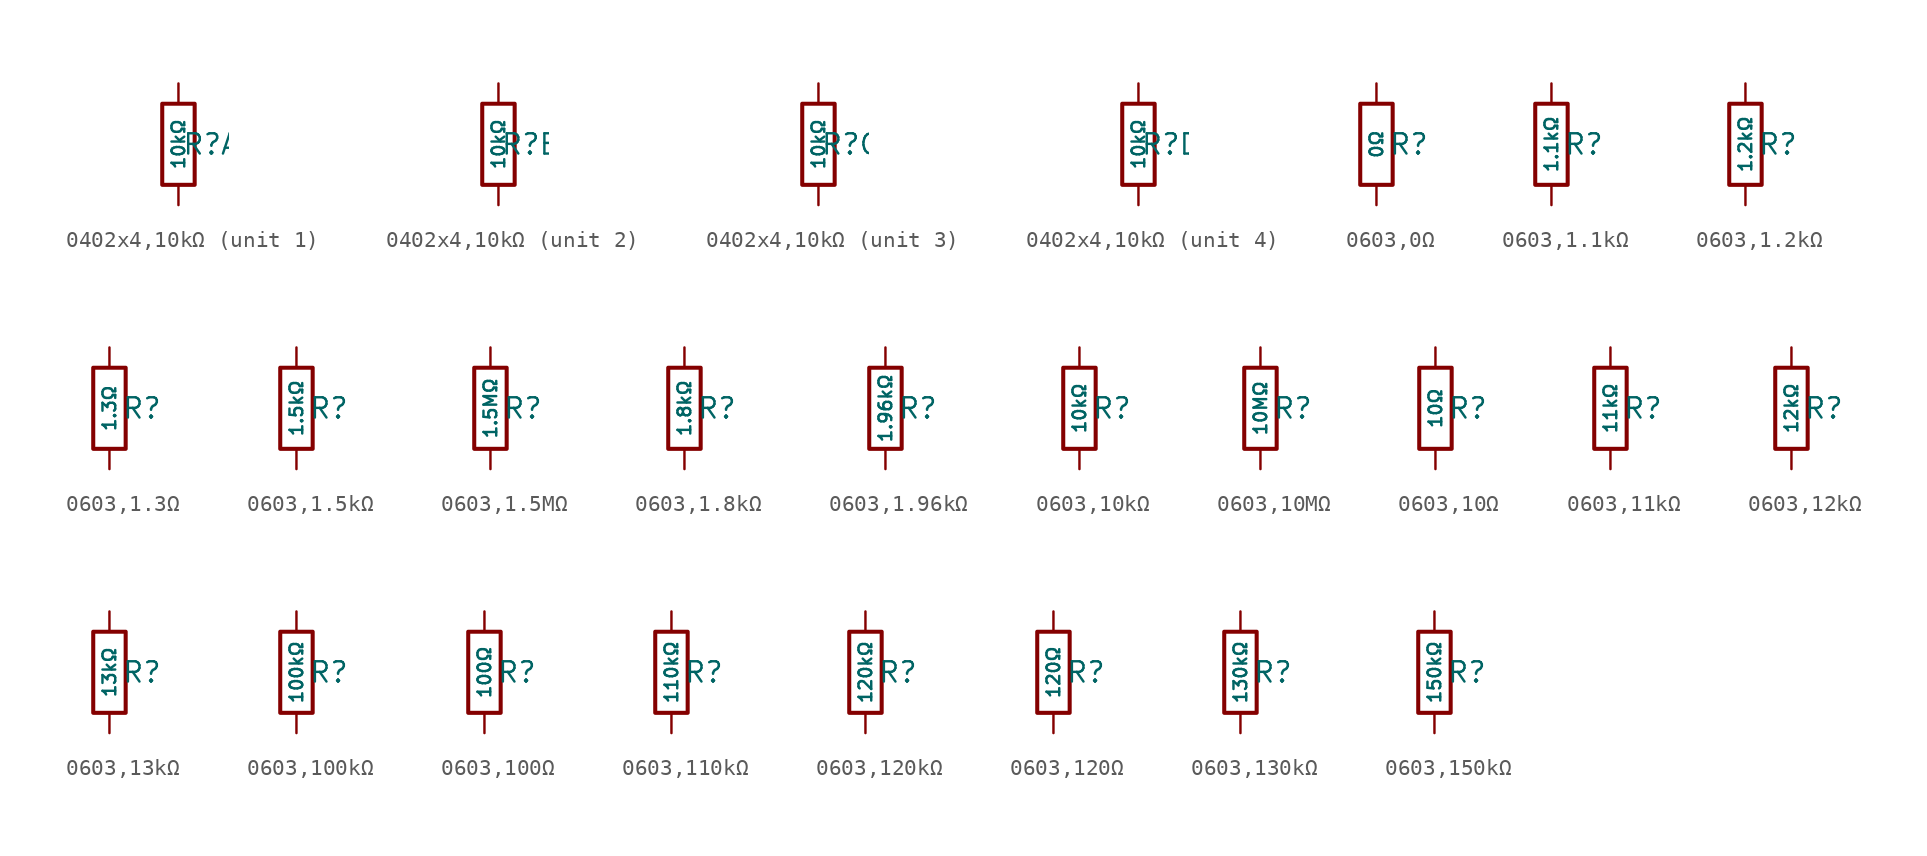
<source format=kicad_sym>
(kicad_symbol_lib
  (version 20231120)
  (generator "CDFER")
  (generator_version "8.0")
  (symbol "0402x4,10kΩ"
    (pin_numbers hide)
    (pin_names
      (offset 0))
    (property "Reference" "R"
      (at 2.032 0 0)
      (effects (font (size 1.27 1.27)) (hide no)))
    (property "Value" "10kΩ"
      (at 0 0 90)
      (do_not_autoplace)
      (effects (font (size 0.8 0.8)) (hide no)))
    (symbol "0402x4,10kΩ_0_1"
      (rectangle (start -1.016 2.54) (end 1.016 -2.54) (stroke (width 0.254) (type default)) (fill (type none))))
    (symbol "0402x4,10kΩ_1_1"
      (pin passive line (at 0 3.81 270) (length 1.27) (name "~" (effects (font (size 1.27 1.27)))) (number "1" (effects (font (size 1.27 1.27)))))
      (pin passive line (at 0 -3.81 90) (length 1.27) (name "~" (effects (font (size 1.27 1.27)))) (number "8" (effects (font (size 1.27 1.27))))))
    (symbol "0402x4,10kΩ_2_1"
      (pin passive line (at 0 3.81 270) (length 1.27) (name "~" (effects (font (size 1.27 1.27)))) (number "2" (effects (font (size 1.27 1.27)))))
      (pin passive line (at 0 -3.81 90) (length 1.27) (name "~" (effects (font (size 1.27 1.27)))) (number "7" (effects (font (size 1.27 1.27))))))
    (symbol "0402x4,10kΩ_3_1"
      (pin passive line (at 0 3.81 270) (length 1.27) (name "~" (effects (font (size 1.27 1.27)))) (number "3" (effects (font (size 1.27 1.27)))))
      (pin passive line (at 0 -3.81 90) (length 1.27) (name "~" (effects (font (size 1.27 1.27)))) (number "6" (effects (font (size 1.27 1.27))))))
    (symbol "0402x4,10kΩ_4_1"
      (pin passive line (at 0 3.81 270) (length 1.27) (name "~" (effects (font (size 1.27 1.27)))) (number "4" (effects (font (size 1.27 1.27)))))
      (pin passive line (at 0 -3.81 90) (length 1.27) (name "~" (effects (font (size 1.27 1.27)))) (number "5" (effects (font (size 1.27 1.27)))))))
  (symbol "0603,0Ω"
    (pin_numbers hide)
    (pin_names
      (offset 0))
    (property "Reference" "R"
      (at 2.032 0 0)
      (effects (font (size 1.27 1.27)) (hide no)))
    (property "Value" "0Ω"
      (at 0 0 90)
      (do_not_autoplace)
      (effects (font (size 0.8 0.8)) (hide no)))
    (symbol "0603,0Ω_0_1"
      (rectangle (start -1.016 2.54) (end 1.016 -2.54) (stroke (width 0.254) (type default)) (fill (type none))))
    (symbol "0603,0Ω_1_1"
      (pin passive line (at 0 3.81 270) (length 1.27) (name "~" (effects (font (size 1.27 1.27)))) (number "1" (effects (font (size 1.27 1.27)))))
      (pin passive line (at 0 -3.81 90) (length 1.27) (name "~" (effects (font (size 1.27 1.27)))) (number "2" (effects (font (size 1.27 1.27)))))))
  (symbol "0603,1.1kΩ"
    (pin_numbers hide)
    (pin_names
      (offset 0))
    (property "Reference" "R"
      (at 2.032 0 0)
      (effects (font (size 1.27 1.27)) (hide no)))
    (property "Value" "1.1kΩ"
      (at 0 0 90)
      (do_not_autoplace)
      (effects (font (size 0.8 0.8)) (hide no)))
    (symbol "0603,1.1kΩ_0_1"
      (rectangle (start -1.016 2.54) (end 1.016 -2.54) (stroke (width 0.254) (type default)) (fill (type none))))
    (symbol "0603,1.1kΩ_1_1"
      (pin passive line (at 0 3.81 270) (length 1.27) (name "~" (effects (font (size 1.27 1.27)))) (number "1" (effects (font (size 1.27 1.27)))))
      (pin passive line (at 0 -3.81 90) (length 1.27) (name "~" (effects (font (size 1.27 1.27)))) (number "2" (effects (font (size 1.27 1.27)))))))
  (symbol "0603,1.2kΩ"
    (pin_numbers hide)
    (pin_names
      (offset 0))
    (property "Reference" "R"
      (at 2.032 0 0)
      (effects (font (size 1.27 1.27)) (hide no)))
    (property "Value" "1.2kΩ"
      (at 0 0 90)
      (do_not_autoplace)
      (effects (font (size 0.8 0.8)) (hide no)))
    (symbol "0603,1.2kΩ_0_1"
      (rectangle (start -1.016 2.54) (end 1.016 -2.54) (stroke (width 0.254) (type default)) (fill (type none))))
    (symbol "0603,1.2kΩ_1_1"
      (pin passive line (at 0 3.81 270) (length 1.27) (name "~" (effects (font (size 1.27 1.27)))) (number "1" (effects (font (size 1.27 1.27)))))
      (pin passive line (at 0 -3.81 90) (length 1.27) (name "~" (effects (font (size 1.27 1.27)))) (number "2" (effects (font (size 1.27 1.27)))))))
  (symbol "0603,1.3Ω"
    (pin_numbers hide)
    (pin_names
      (offset 0))
    (property "Reference" "R"
      (at 2.032 0 0)
      (effects (font (size 1.27 1.27)) (hide no)))
    (property "Value" "1.3Ω"
      (at 0 0 90)
      (do_not_autoplace)
      (effects (font (size 0.8 0.8)) (hide no)))
    (symbol "0603,1.3Ω_0_1"
      (rectangle (start -1.016 2.54) (end 1.016 -2.54) (stroke (width 0.254) (type default)) (fill (type none))))
    (symbol "0603,1.3Ω_1_1"
      (pin passive line (at 0 3.81 270) (length 1.27) (name "~" (effects (font (size 1.27 1.27)))) (number "1" (effects (font (size 1.27 1.27)))))
      (pin passive line (at 0 -3.81 90) (length 1.27) (name "~" (effects (font (size 1.27 1.27)))) (number "2" (effects (font (size 1.27 1.27)))))))
  (symbol "0603,1.5kΩ"
    (pin_numbers hide)
    (pin_names
      (offset 0))
    (property "Reference" "R"
      (at 2.032 0 0)
      (effects (font (size 1.27 1.27)) (hide no)))
    (property "Value" "1.5kΩ"
      (at 0 0 90)
      (do_not_autoplace)
      (effects (font (size 0.8 0.8)) (hide no)))
    (symbol "0603,1.5kΩ_0_1"
      (rectangle (start -1.016 2.54) (end 1.016 -2.54) (stroke (width 0.254) (type default)) (fill (type none))))
    (symbol "0603,1.5kΩ_1_1"
      (pin passive line (at 0 3.81 270) (length 1.27) (name "~" (effects (font (size 1.27 1.27)))) (number "1" (effects (font (size 1.27 1.27)))))
      (pin passive line (at 0 -3.81 90) (length 1.27) (name "~" (effects (font (size 1.27 1.27)))) (number "2" (effects (font (size 1.27 1.27)))))))
  (symbol "0603,1.5MΩ"
    (pin_numbers hide)
    (pin_names
      (offset 0))
    (property "Reference" "R"
      (at 2.032 0 0)
      (effects (font (size 1.27 1.27)) (hide no)))
    (property "Value" "1.5MΩ"
      (at 0 0 90)
      (do_not_autoplace)
      (effects (font (size 0.8 0.8)) (hide no)))
    (symbol "0603,1.5MΩ_0_1"
      (rectangle (start -1.016 2.54) (end 1.016 -2.54) (stroke (width 0.254) (type default)) (fill (type none))))
    (symbol "0603,1.5MΩ_1_1"
      (pin passive line (at 0 3.81 270) (length 1.27) (name "~" (effects (font (size 1.27 1.27)))) (number "1" (effects (font (size 1.27 1.27)))))
      (pin passive line (at 0 -3.81 90) (length 1.27) (name "~" (effects (font (size 1.27 1.27)))) (number "2" (effects (font (size 1.27 1.27)))))))
  (symbol "0603,1.8kΩ"
    (pin_numbers hide)
    (pin_names
      (offset 0))
    (property "Reference" "R"
      (at 2.032 0 0)
      (effects (font (size 1.27 1.27)) (hide no)))
    (property "Value" "1.8kΩ"
      (at 0 0 90)
      (do_not_autoplace)
      (effects (font (size 0.8 0.8)) (hide no)))
    (symbol "0603,1.8kΩ_0_1"
      (rectangle (start -1.016 2.54) (end 1.016 -2.54) (stroke (width 0.254) (type default)) (fill (type none))))
    (symbol "0603,1.8kΩ_1_1"
      (pin passive line (at 0 3.81 270) (length 1.27) (name "~" (effects (font (size 1.27 1.27)))) (number "1" (effects (font (size 1.27 1.27)))))
      (pin passive line (at 0 -3.81 90) (length 1.27) (name "~" (effects (font (size 1.27 1.27)))) (number "2" (effects (font (size 1.27 1.27)))))))
  (symbol "0603,1.96kΩ"
    (pin_numbers hide)
    (pin_names
      (offset 0))
    (property "Reference" "R"
      (at 2.032 0 0)
      (effects (font (size 1.27 1.27)) (hide no)))
    (property "Value" "1.96kΩ"
      (at 0 0 90)
      (do_not_autoplace)
      (effects (font (size 0.8 0.8)) (hide no)))
    (symbol "0603,1.96kΩ_0_1"
      (rectangle (start -1.016 2.54) (end 1.016 -2.54) (stroke (width 0.254) (type default)) (fill (type none))))
    (symbol "0603,1.96kΩ_1_1"
      (pin passive line (at 0 3.81 270) (length 1.27) (name "~" (effects (font (size 1.27 1.27)))) (number "1" (effects (font (size 1.27 1.27)))))
      (pin passive line (at 0 -3.81 90) (length 1.27) (name "~" (effects (font (size 1.27 1.27)))) (number "2" (effects (font (size 1.27 1.27)))))))
  (symbol "0603,10kΩ"
    (pin_numbers hide)
    (pin_names
      (offset 0))
    (property "Reference" "R"
      (at 2.032 0 0)
      (effects (font (size 1.27 1.27)) (hide no)))
    (property "Value" "10kΩ"
      (at 0 0 90)
      (do_not_autoplace)
      (effects (font (size 0.8 0.8)) (hide no)))
    (symbol "0603,10kΩ_0_1"
      (rectangle (start -1.016 2.54) (end 1.016 -2.54) (stroke (width 0.254) (type default)) (fill (type none))))
    (symbol "0603,10kΩ_1_1"
      (pin passive line (at 0 3.81 270) (length 1.27) (name "~" (effects (font (size 1.27 1.27)))) (number "1" (effects (font (size 1.27 1.27)))))
      (pin passive line (at 0 -3.81 90) (length 1.27) (name "~" (effects (font (size 1.27 1.27)))) (number "2" (effects (font (size 1.27 1.27)))))))
  (symbol "0603,10MΩ"
    (pin_numbers hide)
    (pin_names
      (offset 0))
    (property "Reference" "R"
      (at 2.032 0 0)
      (effects (font (size 1.27 1.27)) (hide no)))
    (property "Value" "10MΩ"
      (at 0 0 90)
      (do_not_autoplace)
      (effects (font (size 0.8 0.8)) (hide no)))
    (symbol "0603,10MΩ_0_1"
      (rectangle (start -1.016 2.54) (end 1.016 -2.54) (stroke (width 0.254) (type default)) (fill (type none))))
    (symbol "0603,10MΩ_1_1"
      (pin passive line (at 0 3.81 270) (length 1.27) (name "~" (effects (font (size 1.27 1.27)))) (number "1" (effects (font (size 1.27 1.27)))))
      (pin passive line (at 0 -3.81 90) (length 1.27) (name "~" (effects (font (size 1.27 1.27)))) (number "2" (effects (font (size 1.27 1.27)))))))
  (symbol "0603,10Ω"
    (pin_numbers hide)
    (pin_names
      (offset 0))
    (property "Reference" "R"
      (at 2.032 0 0)
      (effects (font (size 1.27 1.27)) (hide no)))
    (property "Value" "10Ω"
      (at 0 0 90)
      (do_not_autoplace)
      (effects (font (size 0.8 0.8)) (hide no)))
    (symbol "0603,10Ω_0_1"
      (rectangle (start -1.016 2.54) (end 1.016 -2.54) (stroke (width 0.254) (type default)) (fill (type none))))
    (symbol "0603,10Ω_1_1"
      (pin passive line (at 0 3.81 270) (length 1.27) (name "~" (effects (font (size 1.27 1.27)))) (number "1" (effects (font (size 1.27 1.27)))))
      (pin passive line (at 0 -3.81 90) (length 1.27) (name "~" (effects (font (size 1.27 1.27)))) (number "2" (effects (font (size 1.27 1.27)))))))
  (symbol "0603,11kΩ"
    (pin_numbers hide)
    (pin_names
      (offset 0))
    (property "Reference" "R"
      (at 2.032 0 0)
      (effects (font (size 1.27 1.27)) (hide no)))
    (property "Value" "11kΩ"
      (at 0 0 90)
      (do_not_autoplace)
      (effects (font (size 0.8 0.8)) (hide no)))
    (symbol "0603,11kΩ_0_1"
      (rectangle (start -1.016 2.54) (end 1.016 -2.54) (stroke (width 0.254) (type default)) (fill (type none))))
    (symbol "0603,11kΩ_1_1"
      (pin passive line (at 0 3.81 270) (length 1.27) (name "~" (effects (font (size 1.27 1.27)))) (number "1" (effects (font (size 1.27 1.27)))))
      (pin passive line (at 0 -3.81 90) (length 1.27) (name "~" (effects (font (size 1.27 1.27)))) (number "2" (effects (font (size 1.27 1.27)))))))
  (symbol "0603,12kΩ"
    (pin_numbers hide)
    (pin_names
      (offset 0))
    (property "Reference" "R"
      (at 2.032 0 0)
      (effects (font (size 1.27 1.27)) (hide no)))
    (property "Value" "12kΩ"
      (at 0 0 90)
      (do_not_autoplace)
      (effects (font (size 0.8 0.8)) (hide no)))
    (symbol "0603,12kΩ_0_1"
      (rectangle (start -1.016 2.54) (end 1.016 -2.54) (stroke (width 0.254) (type default)) (fill (type none))))
    (symbol "0603,12kΩ_1_1"
      (pin passive line (at 0 3.81 270) (length 1.27) (name "~" (effects (font (size 1.27 1.27)))) (number "1" (effects (font (size 1.27 1.27)))))
      (pin passive line (at 0 -3.81 90) (length 1.27) (name "~" (effects (font (size 1.27 1.27)))) (number "2" (effects (font (size 1.27 1.27)))))))
  (symbol "0603,13kΩ"
    (pin_numbers hide)
    (pin_names
      (offset 0))
    (property "Reference" "R"
      (at 2.032 0 0)
      (effects (font (size 1.27 1.27)) (hide no)))
    (property "Value" "13kΩ"
      (at 0 0 90)
      (do_not_autoplace)
      (effects (font (size 0.8 0.8)) (hide no)))
    (symbol "0603,13kΩ_0_1"
      (rectangle (start -1.016 2.54) (end 1.016 -2.54) (stroke (width 0.254) (type default)) (fill (type none))))
    (symbol "0603,13kΩ_1_1"
      (pin passive line (at 0 3.81 270) (length 1.27) (name "~" (effects (font (size 1.27 1.27)))) (number "1" (effects (font (size 1.27 1.27)))))
      (pin passive line (at 0 -3.81 90) (length 1.27) (name "~" (effects (font (size 1.27 1.27)))) (number "2" (effects (font (size 1.27 1.27)))))))
  (symbol "0603,100kΩ"
    (pin_numbers hide)
    (pin_names
      (offset 0))
    (property "Reference" "R"
      (at 2.032 0 0)
      (effects (font (size 1.27 1.27)) (hide no)))
    (property "Value" "100kΩ"
      (at 0 0 90)
      (do_not_autoplace)
      (effects (font (size 0.8 0.8)) (hide no)))
    (symbol "0603,100kΩ_0_1"
      (rectangle (start -1.016 2.54) (end 1.016 -2.54) (stroke (width 0.254) (type default)) (fill (type none))))
    (symbol "0603,100kΩ_1_1"
      (pin passive line (at 0 3.81 270) (length 1.27) (name "~" (effects (font (size 1.27 1.27)))) (number "1" (effects (font (size 1.27 1.27)))))
      (pin passive line (at 0 -3.81 90) (length 1.27) (name "~" (effects (font (size 1.27 1.27)))) (number "2" (effects (font (size 1.27 1.27)))))))
  (symbol "0603,100Ω"
    (pin_numbers hide)
    (pin_names
      (offset 0))
    (property "Reference" "R"
      (at 2.032 0 0)
      (effects (font (size 1.27 1.27)) (hide no)))
    (property "Value" "100Ω"
      (at 0 0 90)
      (do_not_autoplace)
      (effects (font (size 0.8 0.8)) (hide no)))
    (symbol "0603,100Ω_0_1"
      (rectangle (start -1.016 2.54) (end 1.016 -2.54) (stroke (width 0.254) (type default)) (fill (type none))))
    (symbol "0603,100Ω_1_1"
      (pin passive line (at 0 3.81 270) (length 1.27) (name "~" (effects (font (size 1.27 1.27)))) (number "1" (effects (font (size 1.27 1.27)))))
      (pin passive line (at 0 -3.81 90) (length 1.27) (name "~" (effects (font (size 1.27 1.27)))) (number "2" (effects (font (size 1.27 1.27)))))))
  (symbol "0603,110kΩ"
    (pin_numbers hide)
    (pin_names
      (offset 0))
    (property "Reference" "R"
      (at 2.032 0 0)
      (effects (font (size 1.27 1.27)) (hide no)))
    (property "Value" "110kΩ"
      (at 0 0 90)
      (do_not_autoplace)
      (effects (font (size 0.8 0.8)) (hide no)))
    (symbol "0603,110kΩ_0_1"
      (rectangle (start -1.016 2.54) (end 1.016 -2.54) (stroke (width 0.254) (type default)) (fill (type none))))
    (symbol "0603,110kΩ_1_1"
      (pin passive line (at 0 3.81 270) (length 1.27) (name "~" (effects (font (size 1.27 1.27)))) (number "1" (effects (font (size 1.27 1.27)))))
      (pin passive line (at 0 -3.81 90) (length 1.27) (name "~" (effects (font (size 1.27 1.27)))) (number "2" (effects (font (size 1.27 1.27)))))))
  (symbol "0603,120kΩ"
    (pin_numbers hide)
    (pin_names
      (offset 0))
    (property "Reference" "R"
      (at 2.032 0 0)
      (effects (font (size 1.27 1.27)) (hide no)))
    (property "Value" "120kΩ"
      (at 0 0 90)
      (do_not_autoplace)
      (effects (font (size 0.8 0.8)) (hide no)))
    (symbol "0603,120kΩ_0_1"
      (rectangle (start -1.016 2.54) (end 1.016 -2.54) (stroke (width 0.254) (type default)) (fill (type none))))
    (symbol "0603,120kΩ_1_1"
      (pin passive line (at 0 3.81 270) (length 1.27) (name "~" (effects (font (size 1.27 1.27)))) (number "1" (effects (font (size 1.27 1.27)))))
      (pin passive line (at 0 -3.81 90) (length 1.27) (name "~" (effects (font (size 1.27 1.27)))) (number "2" (effects (font (size 1.27 1.27)))))))
  (symbol "0603,120Ω"
    (pin_numbers hide)
    (pin_names
      (offset 0))
    (property "Reference" "R"
      (at 2.032 0 0)
      (effects (font (size 1.27 1.27)) (hide no)))
    (property "Value" "120Ω"
      (at 0 0 90)
      (do_not_autoplace)
      (effects (font (size 0.8 0.8)) (hide no)))
    (symbol "0603,120Ω_0_1"
      (rectangle (start -1.016 2.54) (end 1.016 -2.54) (stroke (width 0.254) (type default)) (fill (type none))))
    (symbol "0603,120Ω_1_1"
      (pin passive line (at 0 3.81 270) (length 1.27) (name "~" (effects (font (size 1.27 1.27)))) (number "1" (effects (font (size 1.27 1.27)))))
      (pin passive line (at 0 -3.81 90) (length 1.27) (name "~" (effects (font (size 1.27 1.27)))) (number "2" (effects (font (size 1.27 1.27)))))))
  (symbol "0603,130kΩ"
    (pin_numbers hide)
    (pin_names
      (offset 0))
    (property "Reference" "R"
      (at 2.032 0 0)
      (effects (font (size 1.27 1.27)) (hide no)))
    (property "Value" "130kΩ"
      (at 0 0 90)
      (do_not_autoplace)
      (effects (font (size 0.8 0.8)) (hide no)))
    (symbol "0603,130kΩ_0_1"
      (rectangle (start -1.016 2.54) (end 1.016 -2.54) (stroke (width 0.254) (type default)) (fill (type none))))
    (symbol "0603,130kΩ_1_1"
      (pin passive line (at 0 3.81 270) (length 1.27) (name "~" (effects (font (size 1.27 1.27)))) (number "1" (effects (font (size 1.27 1.27)))))
      (pin passive line (at 0 -3.81 90) (length 1.27) (name "~" (effects (font (size 1.27 1.27)))) (number "2" (effects (font (size 1.27 1.27)))))))
  (symbol "0603,150kΩ"
    (pin_numbers hide)
    (pin_names
      (offset 0))
    (property "Reference" "R"
      (at 2.032 0 0)
      (effects (font (size 1.27 1.27)) (hide no)))
    (property "Value" "150kΩ"
      (at 0 0 90)
      (do_not_autoplace)
      (effects (font (size 0.8 0.8)) (hide no)))
    (symbol "0603,150kΩ_0_1"
      (rectangle (start -1.016 2.54) (end 1.016 -2.54) (stroke (width 0.254) (type default)) (fill (type none))))
    (symbol "0603,150kΩ_1_1"
      (pin passive line (at 0 3.81 270) (length 1.27) (name "~" (effects (font (size 1.27 1.27)))) (number "1" (effects (font (size 1.27 1.27)))))
      (pin passive line (at 0 -3.81 90) (length 1.27) (name "~" (effects (font (size 1.27 1.27)))) (number "2" (effects (font (size 1.27 1.27))))))))
</source>
